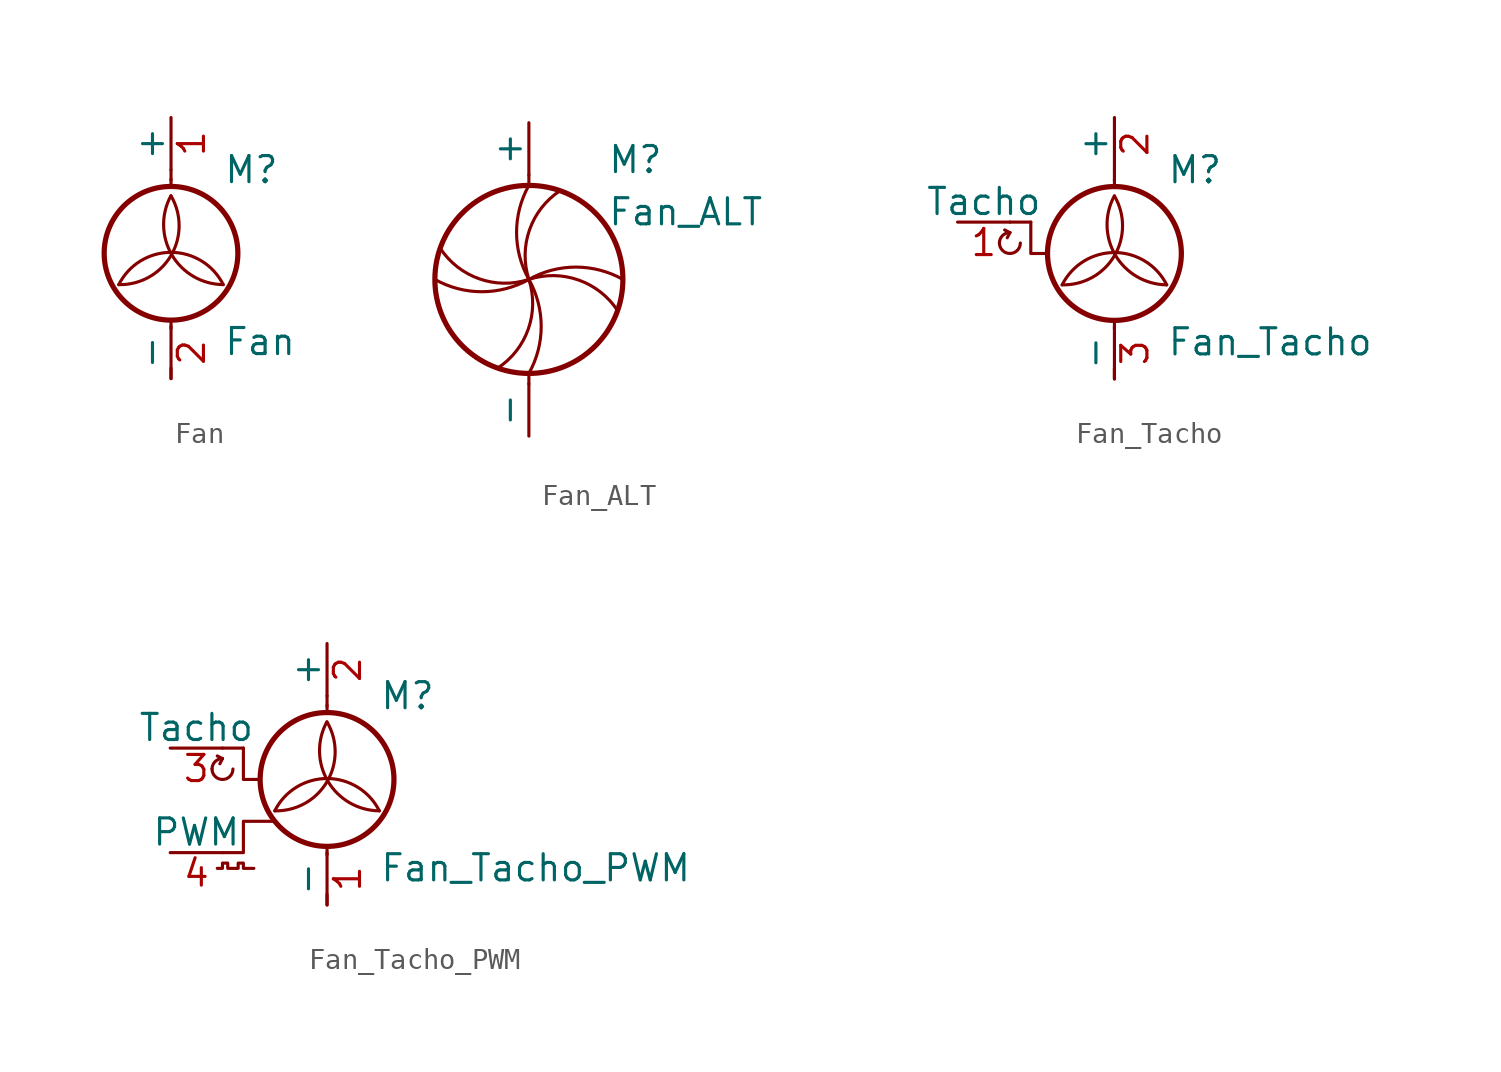
<source format=kicad_sym>
(kicad_symbol_lib
  (version 20211014)
  (generator kicad_symbol_editor)
  (symbol "Fan"
    (pin_names
      (offset 0))
    (property "Reference" "M"
      (at 2.54 5.08 0)
      (effects (font (size 1.27 1.27)) (justify left)))
    (property "Value" "Fan"
      (at 2.54 -2.54 0)
      (effects (font (size 1.27 1.27)) (justify left top)))
    (symbol "Fan_0_1"
      (arc (start -2.54 -0.508) (mid -0.0014 0.9048) (end 0 3.81) (stroke (width 0) (type default) (color 0 0 0 0)) (fill (type none)))
      (polyline (pts (xy 0 -5.08) (xy 0 -4.572)) (stroke (width 0) (type default) (color 0 0 0 0)) (fill (type none)))
      (polyline (pts (xy 0 -2.235) (xy 0 -2.642)) (stroke (width 0) (type default) (color 0 0 0 0)) (fill (type none)))
      (polyline (pts (xy 0 4.267) (xy 0 4.623)) (stroke (width 0) (type default) (color 0 0 0 0)) (fill (type none)))
      (polyline (pts (xy 0 4.572) (xy 0 5.08)) (stroke (width 0) (type default) (color 0 0 0 0)) (fill (type none)))
      (circle (center 0 1.016) (radius 3.251) (stroke (width 0.254) (type default) (color 0 0 0 0)) (fill (type none)))
      (arc (start 0 3.81) (mid 0.0468 0.9314) (end 2.54 -0.508) (stroke (width 0) (type default) (color 0 0 0 0)) (fill (type none)))
      (arc (start 2.54 -0.508) (mid 0 1.0618) (end -2.54 -0.508) (stroke (width 0) (type default) (color 0 0 0 0)) (fill (type none))))
    (symbol "Fan_1_1"
      (pin passive line (at 0 7.62 270) (length 2.54) (name "+" (effects (font (size 1.27 1.27)))) (number "1" (effects (font (size 1.27 1.27)))))
      (pin passive line (at 0 -5.08 90) (length 2.54) (name "-" (effects (font (size 1.27 1.27)))) (number "2" (effects (font (size 1.27 1.27)))))))
  (symbol "Fan_ALT"
    (pin_numbers hide)
    (pin_names
      (offset 0))
    (property "Reference" "M"
      (at 3.81 5.08 0)
      (effects (font (size 1.27 1.27)) (justify left bottom)))
    (property "Value" "Fan_ALT"
      (at 3.81 2.54 0)
      (effects (font (size 1.27 1.27)) (justify left bottom)))
    (symbol "Fan_ALT_0_1"
      (arc (start -4.572 0) (mid -2.286 -0.5988) (end 0 0) (stroke (width 0) (type default) (color 0 0 0 0)) (fill (type none)))
      (arc (start -4.318 1.524) (mid -2.4174 0.0299) (end 0 0) (stroke (width 0) (type default) (color 0 0 0 0)) (fill (type none)))
      (arc (start -1.524 -4.318) (mid -0.0299 -2.4174) (end 0 0) (stroke (width 0) (type default) (color 0 0 0 0)) (fill (type none)))
      (arc (start 0 -4.572) (mid 0.5988 -2.286) (end 0 0) (stroke (width 0) (type default) (color 0 0 0 0)) (fill (type none)))
      (polyline (pts (xy 0 -5.08) (xy 0 -4.572)) (stroke (width 0) (type default) (color 0 0 0 0)) (fill (type none)))
      (polyline (pts (xy 0 4.572) (xy 0 5.08)) (stroke (width 0) (type default) (color 0 0 0 0)) (fill (type none)))
      (circle (center 0 0) (radius 4.572) (stroke (width 0.254) (type default) (color 0 0 0 0)) (fill (type none)))
      (arc (start 0 4.572) (mid -0.5988 2.286) (end 0 0) (stroke (width 0) (type default) (color 0 0 0 0)) (fill (type none)))
      (arc (start 1.524 4.318) (mid 0.0299 2.4174) (end 0 0) (stroke (width 0) (type default) (color 0 0 0 0)) (fill (type none)))
      (arc (start 4.318 -1.524) (mid 2.4174 -0.0299) (end 0 0) (stroke (width 0) (type default) (color 0 0 0 0)) (fill (type none)))
      (arc (start 4.572 0) (mid 2.286 0.5988) (end 0 0) (stroke (width 0) (type default) (color 0 0 0 0)) (fill (type none))))
    (symbol "Fan_ALT_1_1"
      (pin passive line (at 0 7.62 270) (length 2.54) (name "+" (effects (font (size 1.27 1.27)))) (number "1" (effects (font (size 1.27 1.27)))))
      (pin passive line (at 0 -7.62 90) (length 2.54) (name "-" (effects (font (size 1.27 1.27)))) (number "2" (effects (font (size 1.27 1.27)))))))
  (symbol "Fan_Tacho"
    (pin_names
      (offset 0))
    (property "Reference" "M"
      (at 2.54 2.54 0)
      (effects (font (size 1.27 1.27)) (justify left)))
    (property "Value" "Fan_Tacho"
      (at 2.54 -5.08 0)
      (effects (font (size 1.27 1.27)) (justify left top)))
    (symbol "Fan_Tacho_0_0"
      (arc (start -5.588 -1.016) (mid -5.08 -1.524) (end -4.572 -1.016) (stroke (width 0) (type default) (color 0 0 0 0)) (fill (type none)))
      (arc (start -5.08 -0.508) (mid -5.4392 -0.6568) (end -5.588 -1.016) (stroke (width 0) (type default) (color 0 0 0 0)) (fill (type none)))
      (polyline (pts (xy -5.08 -0.508) (xy -5.334 -0.381)) (stroke (width 0) (type default) (color 0 0 0 0)) (fill (type none)))
      (polyline (pts (xy -5.08 -0.508) (xy -5.207 -0.762)) (stroke (width 0) (type default) (color 0 0 0 0)) (fill (type none)))
      (polyline (pts (xy -4.064 0) (xy -4.064 -1.524) (xy -3.302 -1.524)) (stroke (width 0) (type default) (color 0 0 0 0)) (fill (type none))))
    (symbol "Fan_Tacho_0_1"
      (arc (start -2.54 -3.048) (mid -0.0014 -1.6352) (end 0 1.27) (stroke (width 0) (type default) (color 0 0 0 0)) (fill (type none)))
      (circle (center 0 -1.524) (radius 3.251) (stroke (width 0.254) (type default) (color 0 0 0 0)) (fill (type none)))
      (polyline (pts (xy -4.064 0) (xy -5.08 0)) (stroke (width 0) (type default) (color 0 0 0 0)) (fill (type none)))
      (polyline (pts (xy 0 -7.62) (xy 0 -7.112)) (stroke (width 0) (type default) (color 0 0 0 0)) (fill (type none)))
      (polyline (pts (xy 0 -4.775) (xy 0 -5.182)) (stroke (width 0) (type default) (color 0 0 0 0)) (fill (type none)))
      (polyline (pts (xy 0 1.727) (xy 0 2.083)) (stroke (width 0) (type default) (color 0 0 0 0)) (fill (type none)))
      (polyline (pts (xy 0 2.032) (xy 0 2.54)) (stroke (width 0) (type default) (color 0 0 0 0)) (fill (type none)))
      (arc (start 0 1.27) (mid 0.0468 -1.6086) (end 2.54 -3.048) (stroke (width 0) (type default) (color 0 0 0 0)) (fill (type none)))
      (arc (start 2.54 -3.048) (mid 0 -1.4782) (end -2.54 -3.048) (stroke (width 0) (type default) (color 0 0 0 0)) (fill (type none))))
    (symbol "Fan_Tacho_1_1"
      (pin passive line (at -7.62 0 0) (length 2.54) (name "Tacho" (effects (font (size 1.27 1.27)))) (number "1" (effects (font (size 1.27 1.27)))))
      (pin passive line (at 0 5.08 270) (length 2.54) (name "+" (effects (font (size 1.27 1.27)))) (number "2" (effects (font (size 1.27 1.27)))))
      (pin passive line (at 0 -7.62 90) (length 2.54) (name "-" (effects (font (size 1.27 1.27)))) (number "3" (effects (font (size 1.27 1.27)))))))
  (symbol "Fan_Tacho_PWM"
    (pin_names
      (offset 0))
    (property "Reference" "M"
      (at 2.54 5.08 0)
      (effects (font (size 1.27 1.27)) (justify left)))
    (property "Value" "Fan_Tacho_PWM"
      (at 2.54 -2.54 0)
      (effects (font (size 1.27 1.27)) (justify left top)))
    (symbol "Fan_Tacho_PWM_0_0"
      (arc (start -5.588 1.524) (mid -5.08 1.016) (end -4.572 1.524) (stroke (width 0) (type default) (color 0 0 0 0)) (fill (type none)))
      (arc (start -5.08 2.032) (mid -5.4392 1.8832) (end -5.588 1.524) (stroke (width 0) (type default) (color 0 0 0 0)) (fill (type none)))
      (polyline (pts (xy -5.08 2.032) (xy -5.334 2.159)) (stroke (width 0) (type default) (color 0 0 0 0)) (fill (type none)))
      (polyline (pts (xy -5.08 2.032) (xy -5.207 1.778)) (stroke (width 0) (type default) (color 0 0 0 0)) (fill (type none)))
      (polyline (pts (xy -4.064 2.54) (xy -4.064 1.016) (xy -3.302 1.016)) (stroke (width 0) (type default) (color 0 0 0 0)) (fill (type none))))
    (symbol "Fan_Tacho_PWM_0_1"
      (arc (start -2.54 -0.508) (mid -0.0014 0.9048) (end 0 3.81) (stroke (width 0) (type default) (color 0 0 0 0)) (fill (type none)))
      (polyline (pts (xy -4.064 2.54) (xy -5.08 2.54)) (stroke (width 0) (type default) (color 0 0 0 0)) (fill (type none)))
      (polyline (pts (xy 0 -5.08) (xy 0 -4.572)) (stroke (width 0) (type default) (color 0 0 0 0)) (fill (type none)))
      (polyline (pts (xy 0 -2.235) (xy 0 -2.642)) (stroke (width 0) (type default) (color 0 0 0 0)) (fill (type none)))
      (polyline (pts (xy 0 4.267) (xy 0 4.623)) (stroke (width 0) (type default) (color 0 0 0 0)) (fill (type none)))
      (polyline (pts (xy 0 4.572) (xy 0 5.08)) (stroke (width 0) (type default) (color 0 0 0 0)) (fill (type none)))
      (polyline (pts (xy -2.54 -1.016) (xy -4.064 -1.016) (xy -4.064 -2.54) (xy -5.08 -2.54)) (stroke (width 0) (type default) (color 0 0 0 0)) (fill (type none)))
      (polyline (pts (xy -5.334 -3.302) (xy -5.08 -3.302) (xy -5.08 -3.048) (xy -4.826 -3.048) (xy -4.826 -3.302) (xy -4.318 -3.302) (xy -4.318 -3.048) (xy -4.064 -3.048) (xy -4.064 -3.302) (xy -3.556 -3.302)) (stroke (width 0) (type default) (color 0 0 0 0)) (fill (type none)))
      (circle (center 0 1.016) (radius 3.251) (stroke (width 0.254) (type default) (color 0 0 0 0)) (fill (type none)))
      (arc (start 0 3.81) (mid 0.0468 0.9314) (end 2.54 -0.508) (stroke (width 0) (type default) (color 0 0 0 0)) (fill (type none)))
      (arc (start 2.54 -0.508) (mid 0 1.0618) (end -2.54 -0.508) (stroke (width 0) (type default) (color 0 0 0 0)) (fill (type none))))
    (symbol "Fan_Tacho_PWM_1_1"
      (pin passive line (at 0 -5.08 90) (length 2.54) (name "-" (effects (font (size 1.27 1.27)))) (number "1" (effects (font (size 1.27 1.27)))))
      (pin passive line (at 0 7.62 270) (length 2.54) (name "+" (effects (font (size 1.27 1.27)))) (number "2" (effects (font (size 1.27 1.27)))))
      (pin passive line (at -7.62 2.54 0) (length 2.54) (name "Tacho" (effects (font (size 1.27 1.27)))) (number "3" (effects (font (size 1.27 1.27)))))
      (pin input line (at -7.62 -2.54 0) (length 2.54) (name "PWM" (effects (font (size 1.27 1.27)))) (number "4" (effects (font (size 1.27 1.27))))))))
</source>
